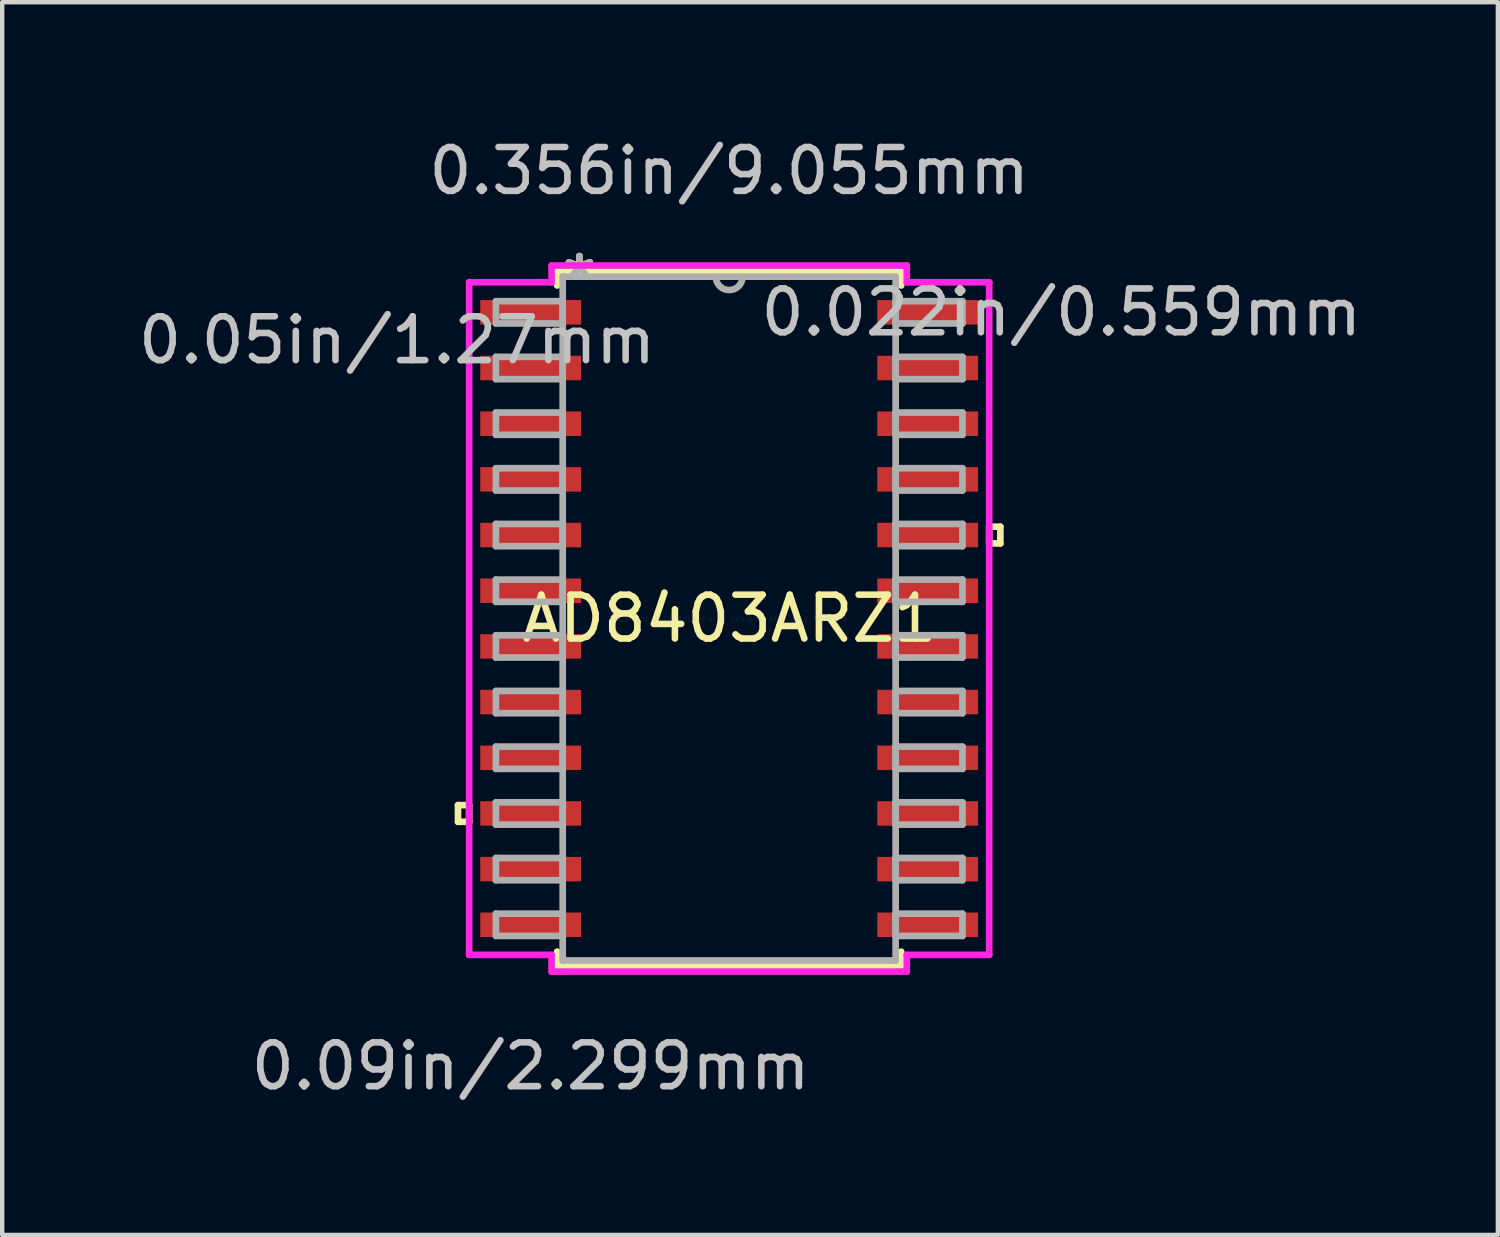
<source format=kicad_pcb>
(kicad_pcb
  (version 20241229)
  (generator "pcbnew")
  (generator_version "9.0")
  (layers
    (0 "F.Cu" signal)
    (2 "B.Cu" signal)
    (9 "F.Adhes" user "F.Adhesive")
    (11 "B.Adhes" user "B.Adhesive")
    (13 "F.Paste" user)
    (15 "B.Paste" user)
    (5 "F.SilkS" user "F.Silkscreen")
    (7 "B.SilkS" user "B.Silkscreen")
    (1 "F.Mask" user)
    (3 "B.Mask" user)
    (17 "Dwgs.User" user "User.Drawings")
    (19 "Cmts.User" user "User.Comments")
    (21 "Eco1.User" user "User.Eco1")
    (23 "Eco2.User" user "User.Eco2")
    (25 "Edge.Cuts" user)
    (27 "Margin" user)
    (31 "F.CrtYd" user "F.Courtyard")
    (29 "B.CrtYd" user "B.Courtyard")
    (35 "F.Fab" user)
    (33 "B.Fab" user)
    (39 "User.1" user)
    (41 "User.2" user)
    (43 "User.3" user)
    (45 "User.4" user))
  (footprint "AD8403ARZ1"
    (layer "F.Cu")
    (at 13.582 11.059)
    (property "Reference" "AD8403ARZ1" (at 0 0 0) (layer "F.SilkS") (effects (font (size 1 1) (thickness 0.15))))
    (attr through_hole)
    (fp_line (start -6.185 4.255) (end -6.185 4.636) (stroke (width 0.152) (type solid)) (layer "F.SilkS"))
    (fp_line (start -6.185 4.636) (end -5.931 4.636) (stroke (width 0.152) (type solid)) (layer "F.SilkS"))
    (fp_line (start -5.931 4.255) (end -6.185 4.255) (stroke (width 0.152) (type solid)) (layer "F.SilkS"))
    (fp_line (start -5.931 4.636) (end -5.931 4.255) (stroke (width 0.152) (type solid)) (layer "F.SilkS"))
    (fp_line (start -3.924 -7.925) (end -3.924 -7.597) (stroke (width 0.152) (type solid)) (layer "F.SilkS"))
    (fp_line (start -3.924 7.597) (end -3.924 7.925) (stroke (width 0.152) (type solid)) (layer "F.SilkS"))
    (fp_line (start -3.924 7.925) (end 3.924 7.925) (stroke (width 0.152) (type solid)) (layer "F.SilkS"))
    (fp_line (start 3.924 -7.925) (end -3.924 -7.925) (stroke (width 0.152) (type solid)) (layer "F.SilkS"))
    (fp_line (start 3.924 -7.597) (end 3.924 -7.925) (stroke (width 0.152) (type solid)) (layer "F.SilkS"))
    (fp_line (start 3.924 7.925) (end 3.924 7.597) (stroke (width 0.152) (type solid)) (layer "F.SilkS"))
    (fp_line (start 5.931 -2.095) (end 6.185 -2.095) (stroke (width 0.152) (type solid)) (layer "F.SilkS"))
    (fp_line (start 5.931 -1.714) (end 5.931 -2.095) (stroke (width 0.152) (type solid)) (layer "F.SilkS"))
    (fp_line (start 6.185 -2.095) (end 6.185 -1.714) (stroke (width 0.152) (type solid)) (layer "F.SilkS"))
    (fp_line (start 6.185 -1.714) (end 5.931 -1.714) (stroke (width 0.152) (type solid)) (layer "F.SilkS"))
    (fp_line (start -5.931 -7.671) (end -4.051 -7.671) (stroke (width 0.152) (type solid)) (layer "F.CrtYd"))
    (fp_line (start -5.931 7.671) (end -5.931 -7.671) (stroke (width 0.152) (type solid)) (layer "F.CrtYd"))
    (fp_line (start -4.051 -8.052) (end 4.051 -8.052) (stroke (width 0.152) (type solid)) (layer "F.CrtYd"))
    (fp_line (start -4.051 -7.671) (end -4.051 -8.052) (stroke (width 0.152) (type solid)) (layer "F.CrtYd"))
    (fp_line (start -4.051 7.671) (end -5.931 7.671) (stroke (width 0.152) (type solid)) (layer "F.CrtYd"))
    (fp_line (start -4.051 8.052) (end -4.051 7.671) (stroke (width 0.152) (type solid)) (layer "F.CrtYd"))
    (fp_line (start 4.051 -8.052) (end 4.051 -7.671) (stroke (width 0.152) (type solid)) (layer "F.CrtYd"))
    (fp_line (start 4.051 -7.671) (end 5.931 -7.671) (stroke (width 0.152) (type solid)) (layer "F.CrtYd"))
    (fp_line (start 4.051 7.671) (end 4.051 8.052) (stroke (width 0.152) (type solid)) (layer "F.CrtYd"))
    (fp_line (start 4.051 8.052) (end -4.051 8.052) (stroke (width 0.152) (type solid)) (layer "F.CrtYd"))
    (fp_line (start 5.931 -7.671) (end 5.931 7.671) (stroke (width 0.152) (type solid)) (layer "F.CrtYd"))
    (fp_line (start 5.931 7.671) (end 4.051 7.671) (stroke (width 0.152) (type solid)) (layer "F.CrtYd"))
    (fp_line (start -5.321 -7.239) (end -5.321 -6.731) (stroke (width 0.152) (type solid)) (layer "F.Fab"))
    (fp_line (start -5.321 -6.731) (end -3.797 -6.731) (stroke (width 0.152) (type solid)) (layer "F.Fab"))
    (fp_line (start -5.321 -5.969) (end -5.321 -5.461) (stroke (width 0.152) (type solid)) (layer "F.Fab"))
    (fp_line (start -5.321 -5.461) (end -3.797 -5.461) (stroke (width 0.152) (type solid)) (layer "F.Fab"))
    (fp_line (start -5.321 -4.699) (end -5.321 -4.191) (stroke (width 0.152) (type solid)) (layer "F.Fab"))
    (fp_line (start -5.321 -4.191) (end -3.797 -4.191) (stroke (width 0.152) (type solid)) (layer "F.Fab"))
    (fp_line (start -5.321 -3.429) (end -5.321 -2.921) (stroke (width 0.152) (type solid)) (layer "F.Fab"))
    (fp_line (start -5.321 -2.921) (end -3.797 -2.921) (stroke (width 0.152) (type solid)) (layer "F.Fab"))
    (fp_line (start -5.321 -2.159) (end -5.321 -1.651) (stroke (width 0.152) (type solid)) (layer "F.Fab"))
    (fp_line (start -5.321 -1.651) (end -3.797 -1.651) (stroke (width 0.152) (type solid)) (layer "F.Fab"))
    (fp_line (start -5.321 -0.889) (end -5.321 -0.381) (stroke (width 0.152) (type solid)) (layer "F.Fab"))
    (fp_line (start -5.321 -0.381) (end -3.797 -0.381) (stroke (width 0.152) (type solid)) (layer "F.Fab"))
    (fp_line (start -5.321 0.381) (end -5.321 0.889) (stroke (width 0.152) (type solid)) (layer "F.Fab"))
    (fp_line (start -5.321 0.889) (end -3.797 0.889) (stroke (width 0.152) (type solid)) (layer "F.Fab"))
    (fp_line (start -5.321 1.651) (end -5.321 2.159) (stroke (width 0.152) (type solid)) (layer "F.Fab"))
    (fp_line (start -5.321 2.159) (end -3.797 2.159) (stroke (width 0.152) (type solid)) (layer "F.Fab"))
    (fp_line (start -5.321 2.921) (end -5.321 3.429) (stroke (width 0.152) (type solid)) (layer "F.Fab"))
    (fp_line (start -5.321 3.429) (end -3.797 3.429) (stroke (width 0.152) (type solid)) (layer "F.Fab"))
    (fp_line (start -5.321 4.191) (end -5.321 4.699) (stroke (width 0.152) (type solid)) (layer "F.Fab"))
    (fp_line (start -5.321 4.699) (end -3.797 4.699) (stroke (width 0.152) (type solid)) (layer "F.Fab"))
    (fp_line (start -5.321 5.461) (end -5.321 5.969) (stroke (width 0.152) (type solid)) (layer "F.Fab"))
    (fp_line (start -5.321 5.969) (end -3.797 5.969) (stroke (width 0.152) (type solid)) (layer "F.Fab"))
    (fp_line (start -5.321 6.731) (end -5.321 7.239) (stroke (width 0.152) (type solid)) (layer "F.Fab"))
    (fp_line (start -5.321 7.239) (end -3.797 7.239) (stroke (width 0.152) (type solid)) (layer "F.Fab"))
    (fp_line (start -3.797 -7.798) (end -3.797 7.798) (stroke (width 0.152) (type solid)) (layer "F.Fab"))
    (fp_line (start -3.797 -7.239) (end -5.321 -7.239) (stroke (width 0.152) (type solid)) (layer "F.Fab"))
    (fp_line (start -3.797 -6.731) (end -3.797 -7.239) (stroke (width 0.152) (type solid)) (layer "F.Fab"))
    (fp_line (start -3.797 -5.969) (end -5.321 -5.969) (stroke (width 0.152) (type solid)) (layer "F.Fab"))
    (fp_line (start -3.797 -5.461) (end -3.797 -5.969) (stroke (width 0.152) (type solid)) (layer "F.Fab"))
    (fp_line (start -3.797 -4.699) (end -5.321 -4.699) (stroke (width 0.152) (type solid)) (layer "F.Fab"))
    (fp_line (start -3.797 -4.191) (end -3.797 -4.699) (stroke (width 0.152) (type solid)) (layer "F.Fab"))
    (fp_line (start -3.797 -3.429) (end -5.321 -3.429) (stroke (width 0.152) (type solid)) (layer "F.Fab"))
    (fp_line (start -3.797 -2.921) (end -3.797 -3.429) (stroke (width 0.152) (type solid)) (layer "F.Fab"))
    (fp_line (start -3.797 -2.159) (end -5.321 -2.159) (stroke (width 0.152) (type solid)) (layer "F.Fab"))
    (fp_line (start -3.797 -1.651) (end -3.797 -2.159) (stroke (width 0.152) (type solid)) (layer "F.Fab"))
    (fp_line (start -3.797 -0.889) (end -5.321 -0.889) (stroke (width 0.152) (type solid)) (layer "F.Fab"))
    (fp_line (start -3.797 -0.381) (end -3.797 -0.889) (stroke (width 0.152) (type solid)) (layer "F.Fab"))
    (fp_line (start -3.797 0.381) (end -5.321 0.381) (stroke (width 0.152) (type solid)) (layer "F.Fab"))
    (fp_line (start -3.797 0.889) (end -3.797 0.381) (stroke (width 0.152) (type solid)) (layer "F.Fab"))
    (fp_line (start -3.797 1.651) (end -5.321 1.651) (stroke (width 0.152) (type solid)) (layer "F.Fab"))
    (fp_line (start -3.797 2.159) (end -3.797 1.651) (stroke (width 0.152) (type solid)) (layer "F.Fab"))
    (fp_line (start -3.797 2.921) (end -5.321 2.921) (stroke (width 0.152) (type solid)) (layer "F.Fab"))
    (fp_line (start -3.797 3.429) (end -3.797 2.921) (stroke (width 0.152) (type solid)) (layer "F.Fab"))
    (fp_line (start -3.797 4.191) (end -5.321 4.191) (stroke (width 0.152) (type solid)) (layer "F.Fab"))
    (fp_line (start -3.797 4.699) (end -3.797 4.191) (stroke (width 0.152) (type solid)) (layer "F.Fab"))
    (fp_line (start -3.797 5.461) (end -5.321 5.461) (stroke (width 0.152) (type solid)) (layer "F.Fab"))
    (fp_line (start -3.797 5.969) (end -3.797 5.461) (stroke (width 0.152) (type solid)) (layer "F.Fab"))
    (fp_line (start -3.797 6.731) (end -5.321 6.731) (stroke (width 0.152) (type solid)) (layer "F.Fab"))
    (fp_line (start -3.797 7.239) (end -3.797 6.731) (stroke (width 0.152) (type solid)) (layer "F.Fab"))
    (fp_line (start -3.797 7.798) (end 3.797 7.798) (stroke (width 0.152) (type solid)) (layer "F.Fab"))
    (fp_line (start 3.797 -7.798) (end -3.797 -7.798) (stroke (width 0.152) (type solid)) (layer "F.Fab"))
    (fp_line (start 3.797 -7.239) (end 3.797 -6.731) (stroke (width 0.152) (type solid)) (layer "F.Fab"))
    (fp_line (start 3.797 -6.731) (end 5.321 -6.731) (stroke (width 0.152) (type solid)) (layer "F.Fab"))
    (fp_line (start 3.797 -5.969) (end 3.797 -5.461) (stroke (width 0.152) (type solid)) (layer "F.Fab"))
    (fp_line (start 3.797 -5.461) (end 5.321 -5.461) (stroke (width 0.152) (type solid)) (layer "F.Fab"))
    (fp_line (start 3.797 -4.699) (end 3.797 -4.191) (stroke (width 0.152) (type solid)) (layer "F.Fab"))
    (fp_line (start 3.797 -4.191) (end 5.321 -4.191) (stroke (width 0.152) (type solid)) (layer "F.Fab"))
    (fp_line (start 3.797 -3.429) (end 3.797 -2.921) (stroke (width 0.152) (type solid)) (layer "F.Fab"))
    (fp_line (start 3.797 -2.921) (end 5.321 -2.921) (stroke (width 0.152) (type solid)) (layer "F.Fab"))
    (fp_line (start 3.797 -2.159) (end 3.797 -1.651) (stroke (width 0.152) (type solid)) (layer "F.Fab"))
    (fp_line (start 3.797 -1.651) (end 5.321 -1.651) (stroke (width 0.152) (type solid)) (layer "F.Fab"))
    (fp_line (start 3.797 -0.889) (end 3.797 -0.381) (stroke (width 0.152) (type solid)) (layer "F.Fab"))
    (fp_line (start 3.797 -0.381) (end 5.321 -0.381) (stroke (width 0.152) (type solid)) (layer "F.Fab"))
    (fp_line (start 3.797 0.381) (end 3.797 0.889) (stroke (width 0.152) (type solid)) (layer "F.Fab"))
    (fp_line (start 3.797 0.889) (end 5.321 0.889) (stroke (width 0.152) (type solid)) (layer "F.Fab"))
    (fp_line (start 3.797 1.651) (end 3.797 2.159) (stroke (width 0.152) (type solid)) (layer "F.Fab"))
    (fp_line (start 3.797 2.159) (end 5.321 2.159) (stroke (width 0.152) (type solid)) (layer "F.Fab"))
    (fp_line (start 3.797 2.921) (end 3.797 3.429) (stroke (width 0.152) (type solid)) (layer "F.Fab"))
    (fp_line (start 3.797 3.429) (end 5.321 3.429) (stroke (width 0.152) (type solid)) (layer "F.Fab"))
    (fp_line (start 3.797 4.191) (end 3.797 4.699) (stroke (width 0.152) (type solid)) (layer "F.Fab"))
    (fp_line (start 3.797 4.699) (end 5.321 4.699) (stroke (width 0.152) (type solid)) (layer "F.Fab"))
    (fp_line (start 3.797 5.461) (end 3.797 5.969) (stroke (width 0.152) (type solid)) (layer "F.Fab"))
    (fp_line (start 3.797 5.969) (end 5.321 5.969) (stroke (width 0.152) (type solid)) (layer "F.Fab"))
    (fp_line (start 3.797 6.731) (end 3.797 7.239) (stroke (width 0.152) (type solid)) (layer "F.Fab"))
    (fp_line (start 3.797 7.239) (end 5.321 7.239) (stroke (width 0.152) (type solid)) (layer "F.Fab"))
    (fp_line (start 3.797 7.798) (end 3.797 -7.798) (stroke (width 0.152) (type solid)) (layer "F.Fab"))
    (fp_line (start 5.321 -7.239) (end 3.797 -7.239) (stroke (width 0.152) (type solid)) (layer "F.Fab"))
    (fp_line (start 5.321 -6.731) (end 5.321 -7.239) (stroke (width 0.152) (type solid)) (layer "F.Fab"))
    (fp_line (start 5.321 -5.969) (end 3.797 -5.969) (stroke (width 0.152) (type solid)) (layer "F.Fab"))
    (fp_line (start 5.321 -5.461) (end 5.321 -5.969) (stroke (width 0.152) (type solid)) (layer "F.Fab"))
    (fp_line (start 5.321 -4.699) (end 3.797 -4.699) (stroke (width 0.152) (type solid)) (layer "F.Fab"))
    (fp_line (start 5.321 -4.191) (end 5.321 -4.699) (stroke (width 0.152) (type solid)) (layer "F.Fab"))
    (fp_line (start 5.321 -3.429) (end 3.797 -3.429) (stroke (width 0.152) (type solid)) (layer "F.Fab"))
    (fp_line (start 5.321 -2.921) (end 5.321 -3.429) (stroke (width 0.152) (type solid)) (layer "F.Fab"))
    (fp_line (start 5.321 -2.159) (end 3.797 -2.159) (stroke (width 0.152) (type solid)) (layer "F.Fab"))
    (fp_line (start 5.321 -1.651) (end 5.321 -2.159) (stroke (width 0.152) (type solid)) (layer "F.Fab"))
    (fp_line (start 5.321 -0.889) (end 3.797 -0.889) (stroke (width 0.152) (type solid)) (layer "F.Fab"))
    (fp_line (start 5.321 -0.381) (end 5.321 -0.889) (stroke (width 0.152) (type solid)) (layer "F.Fab"))
    (fp_line (start 5.321 0.381) (end 3.797 0.381) (stroke (width 0.152) (type solid)) (layer "F.Fab"))
    (fp_line (start 5.321 0.889) (end 5.321 0.381) (stroke (width 0.152) (type solid)) (layer "F.Fab"))
    (fp_line (start 5.321 1.651) (end 3.797 1.651) (stroke (width 0.152) (type solid)) (layer "F.Fab"))
    (fp_line (start 5.321 2.159) (end 5.321 1.651) (stroke (width 0.152) (type solid)) (layer "F.Fab"))
    (fp_line (start 5.321 2.921) (end 3.797 2.921) (stroke (width 0.152) (type solid)) (layer "F.Fab"))
    (fp_line (start 5.321 3.429) (end 5.321 2.921) (stroke (width 0.152) (type solid)) (layer "F.Fab"))
    (fp_line (start 5.321 4.191) (end 3.797 4.191) (stroke (width 0.152) (type solid)) (layer "F.Fab"))
    (fp_line (start 5.321 4.699) (end 5.321 4.191) (stroke (width 0.152) (type solid)) (layer "F.Fab"))
    (fp_line (start 5.321 5.461) (end 3.797 5.461) (stroke (width 0.152) (type solid)) (layer "F.Fab"))
    (fp_line (start 5.321 5.969) (end 5.321 5.461) (stroke (width 0.152) (type solid)) (layer "F.Fab"))
    (fp_line (start 5.321 6.731) (end 3.797 6.731) (stroke (width 0.152) (type solid)) (layer "F.Fab"))
    (fp_line (start 5.321 7.239) (end 5.321 6.731) (stroke (width 0.152) (type solid)) (layer "F.Fab"))
    (fp_arc (start 0.3048 -7.7978) (mid 0 -7.493) (end -0.3048 -7.7978) (stroke (width 0.1524) (type solid)) (layer "F.Fab"))
    (fp_text user "*" (at -3.416 -7.722 0) (layer "F.SilkS") (effects (font (size 1 1) (thickness 0.15))))
    (fp_text user "*" (at -3.416 -7.722 0) (layer "F.SilkS") (effects (font (size 1 1) (thickness 0.15))))
    (fp_text user "0.022in/0.559mm" (at 7.576 -6.985 0) (layer "Dwgs.User") (effects (font (size 1 1) (thickness 0.15))))
    (fp_text user "0.05in/1.27mm" (at -7.576 -6.35 0) (layer "Dwgs.User") (effects (font (size 1 1) (thickness 0.15))))
    (fp_text user "0.356in/9.055mm" (at 0 -10.211 0) (layer "Dwgs.User") (effects (font (size 1 1) (thickness 0.15))))
    (fp_text user "0.09in/2.299mm" (at -4.528 10.211 0) (layer "Dwgs.User") (effects (font (size 1 1) (thickness 0.15))))
    (fp_text user "Copyright 2016 Accelerated Designs. All rights reserved." (at 0 0 0) (layer "Cmts.User") (effects (font (size 0.127 0.127) (thickness 0.002))))
    (fp_text user "*" (at -3.416 -7.722 0) (layer "F.Fab") (effects (font (size 1 1) (thickness 0.15))))
    (fp_text user "*" (at -3.416 -7.722 0) (layer "F.Fab") (effects (font (size 1 1) (thickness 0.15))))
    (pad "1" smd rect (at -4.528 -6.985) (size 2.299 0.559) (layers "F.Cu" "F.Mask" "F.Paste"))
    (pad "2" smd rect (at -4.528 -5.715) (size 2.299 0.559) (layers "F.Cu" "F.Mask" "F.Paste"))
    (pad "3" smd rect (at -4.528 -4.445) (size 2.299 0.559) (layers "F.Cu" "F.Mask" "F.Paste"))
    (pad "4" smd rect (at -4.528 -3.175) (size 2.299 0.559) (layers "F.Cu" "F.Mask" "F.Paste"))
    (pad "5" smd rect (at -4.528 -1.905) (size 2.299 0.559) (layers "F.Cu" "F.Mask" "F.Paste"))
    (pad "6" smd rect (at -4.528 -0.635) (size 2.299 0.559) (layers "F.Cu" "F.Mask" "F.Paste"))
    (pad "7" smd rect (at -4.528 0.635) (size 2.299 0.559) (layers "F.Cu" "F.Mask" "F.Paste"))
    (pad "8" smd rect (at -4.528 1.905) (size 2.299 0.559) (layers "F.Cu" "F.Mask" "F.Paste"))
    (pad "9" smd rect (at -4.528 3.175) (size 2.299 0.559) (layers "F.Cu" "F.Mask" "F.Paste"))
    (pad "10" smd rect (at -4.528 4.445) (size 2.299 0.559) (layers "F.Cu" "F.Mask" "F.Paste"))
    (pad "11" smd rect (at -4.528 5.715) (size 2.299 0.559) (layers "F.Cu" "F.Mask" "F.Paste"))
    (pad "12" smd rect (at -4.528 6.985) (size 2.299 0.559) (layers "F.Cu" "F.Mask" "F.Paste"))
    (pad "13" smd rect (at 4.528 6.985) (size 2.299 0.559) (layers "F.Cu" "F.Mask" "F.Paste"))
    (pad "14" smd rect (at 4.528 5.715) (size 2.299 0.559) (layers "F.Cu" "F.Mask" "F.Paste"))
    (pad "15" smd rect (at 4.528 4.445) (size 2.299 0.559) (layers "F.Cu" "F.Mask" "F.Paste"))
    (pad "16" smd rect (at 4.528 3.175) (size 2.299 0.559) (layers "F.Cu" "F.Mask" "F.Paste"))
    (pad "17" smd rect (at 4.528 1.905) (size 2.299 0.559) (layers "F.Cu" "F.Mask" "F.Paste"))
    (pad "18" smd rect (at 4.528 0.635) (size 2.299 0.559) (layers "F.Cu" "F.Mask" "F.Paste"))
    (pad "19" smd rect (at 4.528 -0.635) (size 2.299 0.559) (layers "F.Cu" "F.Mask" "F.Paste"))
    (pad "20" smd rect (at 4.528 -1.905) (size 2.299 0.559) (layers "F.Cu" "F.Mask" "F.Paste"))
    (pad "21" smd rect (at 4.528 -3.175) (size 2.299 0.559) (layers "F.Cu" "F.Mask" "F.Paste"))
    (pad "22" smd rect (at 4.528 -4.445) (size 2.299 0.559) (layers "F.Cu" "F.Mask" "F.Paste"))
    (pad "23" smd rect (at 4.528 -5.715) (size 2.299 0.559) (layers "F.Cu" "F.Mask" "F.Paste"))
    (pad "24" smd rect (at 4.528 -6.985) (size 2.299 0.559) (layers "F.Cu" "F.Mask" "F.Paste")))
  (gr_rect
    (start -3 -3)
    (end 31.115 25.118)
    (stroke (width 0.1) (type default))
    (fill no)
    (layer "Edge.Cuts")))
</source>
